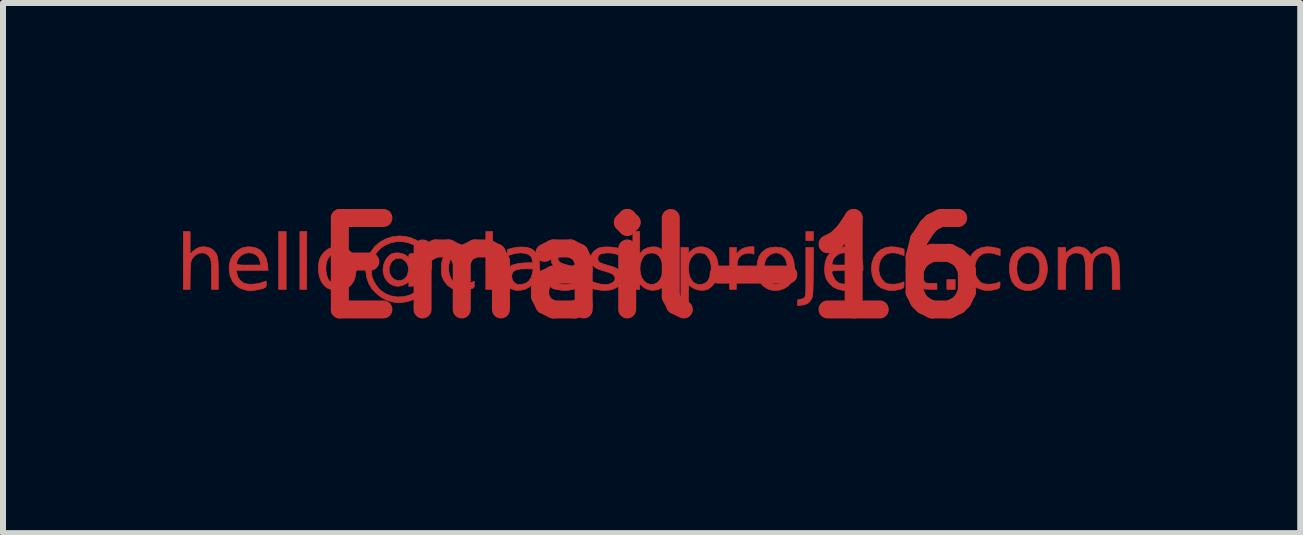
<source format=kicad_pcb>
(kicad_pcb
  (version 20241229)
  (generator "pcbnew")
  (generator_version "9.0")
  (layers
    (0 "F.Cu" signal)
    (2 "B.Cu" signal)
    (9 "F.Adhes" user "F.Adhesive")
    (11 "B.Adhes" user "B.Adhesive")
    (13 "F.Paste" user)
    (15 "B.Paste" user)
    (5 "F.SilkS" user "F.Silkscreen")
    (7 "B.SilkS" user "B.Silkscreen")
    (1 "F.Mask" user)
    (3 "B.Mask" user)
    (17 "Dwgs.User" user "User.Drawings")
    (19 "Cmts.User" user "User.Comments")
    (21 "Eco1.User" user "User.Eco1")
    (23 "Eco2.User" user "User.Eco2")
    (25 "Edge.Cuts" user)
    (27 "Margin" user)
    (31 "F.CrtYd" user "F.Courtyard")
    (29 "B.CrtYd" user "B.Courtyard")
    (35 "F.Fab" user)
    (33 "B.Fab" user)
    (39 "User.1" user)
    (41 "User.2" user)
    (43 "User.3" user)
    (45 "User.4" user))
  (footprint "Email-16"
    (layer "F.Cu")
    (at 7.803 1.418)
    (property "Reference" "Email-16" (at 0 0 0) (layer "F.Cu") (effects (font (size 1.524 1.524) (thickness 0.3))))
    (attr through_hole)
    (fp_poly (pts (xy -6.083 0.356) (xy -6.21 0.356) (xy -6.21 -0.61) (xy -6.083 -0.61) (xy -6.083 0.356)) (stroke (width 0.01) (type solid)) (fill yes) (layer "F.Cu"))
    (fp_poly (pts (xy -5.74 0.356) (xy -5.855 0.356) (xy -5.855 -0.61) (xy -5.74 -0.61) (xy -5.74 0.356)) (stroke (width 0.01) (type solid)) (fill yes) (layer "F.Cu"))
    (fp_poly (pts (xy -2.642 0.356) (xy -2.756 0.356) (xy -2.756 -0.61) (xy -2.642 -0.61) (xy -2.642 0.356)) (stroke (width 0.01) (type solid)) (fill yes) (layer "F.Cu"))
    (fp_poly (pts (xy 2.705 -0.457) (xy 2.578 -0.457) (xy 2.578 -0.61) (xy 2.705 -0.61) (xy 2.705 -0.457)) (stroke (width 0.01) (type solid)) (fill yes) (layer "F.Cu"))
    (fp_poly (pts (xy 5.067 0.356) (xy 4.928 0.356) (xy 4.928 0.191) (xy 5.067 0.191) (xy 5.067 0.356)) (stroke (width 0.01) (type solid)) (fill yes) (layer "F.Cu"))
    (fp_poly (pts (xy 1.714 -0.356) (xy 1.714 -0.229) (xy 1.68 -0.243) (xy 1.632 -0.25) (xy 1.576 -0.244) (xy 1.525 -0.226) (xy 1.506 -0.214) (xy 1.481 -0.192) (xy 1.462 -0.169) (xy 1.448 -0.14) (xy 1.438 -0.102) (xy 1.432 -0.05) (xy 1.428 0.018) (xy 1.425 0.107) (xy 1.425 0.124) (xy 1.42 0.356) (xy 1.308 0.356) (xy 1.308 -0.343) (xy 1.422 -0.343) (xy 1.422 -0.239) (xy 1.458 -0.277) (xy 1.518 -0.323) (xy 1.591 -0.349) (xy 1.653 -0.356) (xy 1.714 -0.356)) (stroke (width 0.01) (type solid)) (fill yes) (layer "F.Cu"))
    (fp_poly (pts (xy 2.703 0.06) (xy 2.702 0.173) (xy 2.7 0.263) (xy 2.699 0.334) (xy 2.697 0.389) (xy 2.694 0.429) (xy 2.69 0.459) (xy 2.686 0.481) (xy 2.68 0.499) (xy 2.673 0.514) (xy 2.639 0.565) (xy 2.594 0.598) (xy 2.533 0.615) (xy 2.511 0.618) (xy 2.438 0.626) (xy 2.438 0.573) (xy 2.44 0.54) (xy 2.447 0.525) (xy 2.468 0.521) (xy 2.482 0.521) (xy 2.53 0.51) (xy 2.552 0.493) (xy 2.559 0.484) (xy 2.565 0.474) (xy 2.57 0.458) (xy 2.573 0.435) (xy 2.575 0.401) (xy 2.577 0.355) (xy 2.578 0.292) (xy 2.578 0.21) (xy 2.578 0.107) (xy 2.578 0.061) (xy 2.578 -0.343) (xy 2.707 -0.343) (xy 2.703 0.06)) (stroke (width 0.01) (type solid)) (fill yes) (layer "F.Cu"))
    (fp_poly (pts (xy 4.534 -0.343) (xy 4.763 -0.343) (xy 4.763 -0.254) (xy 4.534 -0.254) (xy 4.534 -0.028) (xy 4.534 0.063) (xy 4.536 0.133) (xy 4.54 0.183) (xy 4.549 0.217) (xy 4.564 0.238) (xy 4.586 0.249) (xy 4.617 0.253) (xy 4.658 0.254) (xy 4.668 0.254) (xy 4.763 0.254) (xy 4.763 0.356) (xy 4.664 0.354) (xy 4.613 0.353) (xy 4.57 0.35) (xy 4.542 0.347) (xy 4.54 0.346) (xy 4.513 0.335) (xy 4.481 0.314) (xy 4.475 0.31) (xy 4.453 0.287) (xy 4.435 0.254) (xy 4.423 0.207) (xy 4.414 0.145) (xy 4.409 0.063) (xy 4.407 -0.04) (xy 4.407 -0.068) (xy 4.407 -0.254) (xy 4.369 -0.254) (xy 4.343 -0.256) (xy 4.333 -0.269) (xy 4.331 -0.298) (xy 4.333 -0.328) (xy 4.344 -0.341) (xy 4.369 -0.343) (xy 4.407 -0.343) (xy 4.407 -0.533) (xy 4.534 -0.533) (xy 4.534 -0.343)) (stroke (width 0.01) (type solid)) (fill yes) (layer "F.Cu"))
    (fp_poly (pts (xy -7.684 -0.236) (xy -7.636 -0.281) (xy -7.581 -0.324) (xy -7.528 -0.348) (xy -7.467 -0.356) (xy -7.463 -0.356) (xy -7.385 -0.347) (xy -7.322 -0.319) (xy -7.282 -0.285) (xy -7.261 -0.258) (xy -7.244 -0.23) (xy -7.231 -0.196) (xy -7.223 -0.152) (xy -7.218 -0.096) (xy -7.215 -0.023) (xy -7.214 0.071) (xy -7.214 0.106) (xy -7.214 0.356) (xy -7.328 0.356) (xy -7.328 0.12) (xy -7.329 0.025) (xy -7.331 -0.049) (xy -7.334 -0.102) (xy -7.34 -0.139) (xy -7.345 -0.157) (xy -7.378 -0.208) (xy -7.423 -0.24) (xy -7.476 -0.254) (xy -7.531 -0.248) (xy -7.585 -0.224) (xy -7.632 -0.18) (xy -7.651 -0.152) (xy -7.66 -0.134) (xy -7.667 -0.112) (xy -7.673 -0.084) (xy -7.676 -0.044) (xy -7.679 0.011) (xy -7.681 0.086) (xy -7.682 0.124) (xy -7.686 0.356) (xy -7.798 0.356) (xy -7.798 -0.61) (xy -7.684 -0.61) (xy -7.684 -0.236)) (stroke (width 0.01) (type solid)) (fill yes) (layer "F.Cu"))
    (fp_poly (pts (xy -3.083 -0.35) (xy -3.014 -0.334) (xy -2.946 -0.313) (xy -2.946 -0.205) (xy -3.016 -0.23) (xy -3.106 -0.251) (xy -3.187 -0.251) (xy -3.256 -0.229) (xy -3.311 -0.189) (xy -3.35 -0.13) (xy -3.373 -0.055) (xy -3.376 0.03) (xy -3.361 0.117) (xy -3.33 0.185) (xy -3.283 0.233) (xy -3.22 0.261) (xy -3.146 0.27) (xy -3.055 0.26) (xy -3.006 0.244) (xy -2.946 0.217) (xy -2.946 0.273) (xy -2.948 0.306) (xy -2.955 0.325) (xy -2.976 0.337) (xy -3.007 0.348) (xy -3.102 0.37) (xy -3.192 0.374) (xy -3.235 0.368) (xy -3.322 0.339) (xy -3.393 0.289) (xy -3.448 0.22) (xy -3.464 0.192) (xy -3.482 0.151) (xy -3.492 0.114) (xy -3.497 0.071) (xy -3.498 0.013) (xy -3.498 0.013) (xy -3.495 -0.07) (xy -3.482 -0.135) (xy -3.459 -0.189) (xy -3.424 -0.238) (xy -3.413 -0.249) (xy -3.347 -0.303) (xy -3.267 -0.338) (xy -3.177 -0.354) (xy -3.083 -0.35)) (stroke (width 0.01) (type solid)) (fill yes) (layer "F.Cu"))
    (fp_poly (pts (xy 5.69 -0.35) (xy 5.751 -0.336) (xy 5.817 -0.317) (xy 5.817 -0.207) (xy 5.75 -0.23) (xy 5.661 -0.251) (xy 5.581 -0.251) (xy 5.514 -0.23) (xy 5.46 -0.188) (xy 5.421 -0.128) (xy 5.399 -0.053) (xy 5.394 0.035) (xy 5.408 0.114) (xy 5.44 0.18) (xy 5.486 0.231) (xy 5.515 0.249) (xy 5.559 0.263) (xy 5.618 0.268) (xy 5.681 0.266) (xy 5.738 0.256) (xy 5.759 0.249) (xy 5.79 0.236) (xy 5.81 0.229) (xy 5.813 0.229) (xy 5.815 0.24) (xy 5.815 0.268) (xy 5.814 0.281) (xy 5.809 0.316) (xy 5.797 0.335) (xy 5.77 0.348) (xy 5.765 0.35) (xy 5.673 0.37) (xy 5.577 0.372) (xy 5.524 0.364) (xy 5.439 0.334) (xy 5.371 0.285) (xy 5.319 0.218) (xy 5.286 0.134) (xy 5.271 0.034) (xy 5.271 0.006) (xy 5.281 -0.094) (xy 5.312 -0.18) (xy 5.361 -0.251) (xy 5.425 -0.305) (xy 5.503 -0.341) (xy 5.592 -0.356) (xy 5.69 -0.35)) (stroke (width 0.01) (type solid)) (fill yes) (layer "F.Cu"))
    (fp_poly (pts (xy 4.09 -0.35) (xy 4.151 -0.336) (xy 4.216 -0.317) (xy 4.216 -0.206) (xy 4.153 -0.23) (xy 4.066 -0.252) (xy 3.988 -0.253) (xy 3.92 -0.232) (xy 3.864 -0.192) (xy 3.823 -0.133) (xy 3.799 -0.056) (xy 3.799 -0.052) (xy 3.794 0.038) (xy 3.81 0.118) (xy 3.844 0.186) (xy 3.896 0.237) (xy 3.923 0.254) (xy 3.96 0.264) (xy 4.012 0.268) (xy 4.07 0.267) (xy 4.125 0.259) (xy 4.159 0.249) (xy 4.19 0.236) (xy 4.21 0.229) (xy 4.212 0.229) (xy 4.215 0.24) (xy 4.215 0.268) (xy 4.214 0.281) (xy 4.209 0.316) (xy 4.197 0.335) (xy 4.17 0.348) (xy 4.165 0.35) (xy 4.073 0.37) (xy 3.977 0.372) (xy 3.924 0.364) (xy 3.839 0.334) (xy 3.77 0.285) (xy 3.719 0.218) (xy 3.686 0.134) (xy 3.671 0.034) (xy 3.67 0.006) (xy 3.681 -0.094) (xy 3.712 -0.18) (xy 3.761 -0.251) (xy 3.825 -0.305) (xy 3.903 -0.341) (xy 3.992 -0.356) (xy 4.09 -0.35)) (stroke (width 0.01) (type solid)) (fill yes) (layer "F.Cu"))
    (fp_poly (pts (xy 2.124 -0.348) (xy 2.191 -0.336) (xy 2.231 -0.321) (xy 2.298 -0.272) (xy 2.346 -0.205) (xy 2.376 -0.12) (xy 2.389 -0.017) (xy 2.39 0.006) (xy 2.381 0.112) (xy 2.354 0.201) (xy 2.31 0.272) (xy 2.287 0.296) (xy 2.218 0.342) (xy 2.137 0.368) (xy 2.05 0.373) (xy 2.011 0.368) (xy 1.938 0.346) (xy 1.879 0.308) (xy 1.838 0.267) (xy 1.8 0.21) (xy 1.775 0.143) (xy 1.763 0.06) (xy 1.763 0.054) (xy 1.882 0.054) (xy 1.892 0.112) (xy 1.92 0.177) (xy 1.961 0.225) (xy 2.013 0.257) (xy 2.07 0.27) (xy 2.127 0.262) (xy 2.181 0.234) (xy 2.205 0.212) (xy 2.241 0.156) (xy 2.262 0.086) (xy 2.269 0.008) (xy 2.262 -0.072) (xy 2.238 -0.145) (xy 2.233 -0.156) (xy 2.195 -0.208) (xy 2.145 -0.241) (xy 2.089 -0.254) (xy 2.032 -0.247) (xy 1.978 -0.221) (xy 1.932 -0.177) (xy 1.913 -0.146) (xy 1.893 -0.089) (xy 1.883 -0.019) (xy 1.882 0.054) (xy 1.763 0.054) (xy 1.762 -0.008) (xy 1.771 -0.109) (xy 1.797 -0.191) (xy 1.841 -0.258) (xy 1.903 -0.31) (xy 1.924 -0.322) (xy 1.98 -0.341) (xy 2.05 -0.35) (xy 2.124 -0.348)) (stroke (width 0.01) (type solid)) (fill yes) (layer "F.Cu"))
    (fp_poly (pts (xy -5.196 -0.352) (xy -5.108 -0.334) (xy -5.036 -0.296) (xy -4.98 -0.239) (xy -4.942 -0.164) (xy -4.921 -0.072) (xy -4.917 0.038) (xy -4.917 0.042) (xy -4.929 0.137) (xy -4.956 0.215) (xy -4.999 0.281) (xy -5.008 0.291) (xy -5.058 0.329) (xy -5.125 0.357) (xy -5.2 0.372) (xy -5.278 0.372) (xy -5.309 0.367) (xy -5.385 0.34) (xy -5.449 0.292) (xy -5.498 0.225) (xy -5.531 0.142) (xy -5.547 0.044) (xy -5.547 0.04) (xy -5.547 -0.026) (xy -5.421 -0.026) (xy -5.42 0.049) (xy -5.407 0.121) (xy -5.384 0.183) (xy -5.368 0.208) (xy -5.323 0.245) (xy -5.266 0.266) (xy -5.204 0.27) (xy -5.145 0.254) (xy -5.141 0.252) (xy -5.101 0.219) (xy -5.07 0.167) (xy -5.05 0.102) (xy -5.039 0.03) (xy -5.041 -0.044) (xy -5.054 -0.113) (xy -5.08 -0.172) (xy -5.122 -0.219) (xy -5.175 -0.246) (xy -5.232 -0.254) (xy -5.29 -0.241) (xy -5.343 -0.21) (xy -5.387 -0.158) (xy -5.389 -0.155) (xy -5.411 -0.097) (xy -5.421 -0.026) (xy -5.547 -0.026) (xy -5.546 -0.058) (xy -5.53 -0.139) (xy -5.498 -0.208) (xy -5.451 -0.266) (xy -5.387 -0.317) (xy -5.317 -0.346) (xy -5.235 -0.354) (xy -5.196 -0.352)) (stroke (width 0.01) (type solid)) (fill yes) (layer "F.Cu"))
    (fp_poly (pts (xy -0.191 -0.238) (xy -0.163 -0.273) (xy -0.117 -0.313) (xy -0.055 -0.341) (xy 0.014 -0.354) (xy 0.084 -0.352) (xy 0.131 -0.338) (xy 0.171 -0.313) (xy 0.214 -0.273) (xy 0.255 -0.224) (xy 0.286 -0.175) (xy 0.29 -0.167) (xy 0.302 -0.125) (xy 0.308 -0.065) (xy 0.311 0.006) (xy 0.31 0.071) (xy 0.306 0.117) (xy 0.298 0.155) (xy 0.285 0.19) (xy 0.282 0.198) (xy 0.236 0.274) (xy 0.177 0.329) (xy 0.107 0.362) (xy 0.029 0.372) (xy -0.042 0.362) (xy -0.101 0.338) (xy -0.147 0.304) (xy -0.191 0.262) (xy -0.191 0.356) (xy -0.305 0.356) (xy -0.305 0.017) (xy -0.187 0.017) (xy -0.179 0.09) (xy -0.155 0.161) (xy -0.117 0.216) (xy -0.069 0.254) (xy -0.015 0.272) (xy 0.042 0.27) (xy 0.098 0.244) (xy 0.102 0.242) (xy 0.143 0.199) (xy 0.172 0.14) (xy 0.189 0.072) (xy 0.193 -0.002) (xy 0.186 -0.074) (xy 0.166 -0.14) (xy 0.135 -0.195) (xy 0.093 -0.233) (xy 0.088 -0.235) (xy 0.031 -0.252) (xy -0.031 -0.249) (xy -0.087 -0.228) (xy -0.129 -0.189) (xy -0.161 -0.131) (xy -0.181 -0.061) (xy -0.187 0.017) (xy -0.305 0.017) (xy -0.305 -0.61) (xy -0.191 -0.61) (xy -0.191 -0.238)) (stroke (width 0.01) (type solid)) (fill yes) (layer "F.Cu"))
    (fp_poly (pts (xy 6.344 -0.351) (xy 6.423 -0.326) (xy 6.491 -0.281) (xy 6.515 -0.257) (xy 6.563 -0.185) (xy 6.593 -0.1) (xy 6.605 -0.007) (xy 6.599 0.087) (xy 6.574 0.178) (xy 6.532 0.259) (xy 6.527 0.266) (xy 6.475 0.317) (xy 6.407 0.353) (xy 6.328 0.372) (xy 6.244 0.373) (xy 6.214 0.368) (xy 6.132 0.34) (xy 6.066 0.294) (xy 6.017 0.23) (xy 5.986 0.146) (xy 5.971 0.044) (xy 5.971 0.042) (xy 5.972 0.002) (xy 6.094 0.002) (xy 6.1 0.086) (xy 6.12 0.158) (xy 6.153 0.215) (xy 6.17 0.233) (xy 6.218 0.26) (xy 6.276 0.271) (xy 6.336 0.265) (xy 6.385 0.244) (xy 6.427 0.202) (xy 6.457 0.141) (xy 6.473 0.065) (xy 6.474 0.058) (xy 6.477 -0.023) (xy 6.471 -0.084) (xy 6.455 -0.134) (xy 6.426 -0.177) (xy 6.407 -0.198) (xy 6.373 -0.229) (xy 6.347 -0.246) (xy 6.319 -0.253) (xy 6.287 -0.254) (xy 6.249 -0.252) (xy 6.221 -0.244) (xy 6.195 -0.225) (xy 6.167 -0.199) (xy 6.129 -0.155) (xy 6.108 -0.114) (xy 6.102 -0.087) (xy 6.094 0.002) (xy 5.972 0.002) (xy 5.974 -0.068) (xy 5.994 -0.161) (xy 6.032 -0.235) (xy 6.089 -0.293) (xy 6.163 -0.333) (xy 6.173 -0.337) (xy 6.259 -0.355) (xy 6.344 -0.351)) (stroke (width 0.01) (type solid)) (fill yes) (layer "F.Cu"))
    (fp_poly (pts (xy 0.927 -0.338) (xy 0.992 -0.302) (xy 1.047 -0.25) (xy 1.088 -0.18) (xy 1.089 -0.178) (xy 1.11 -0.108) (xy 1.119 -0.026) (xy 1.119 0.059) (xy 1.107 0.139) (xy 1.086 0.204) (xy 1.084 0.207) (xy 1.052 0.257) (xy 1.008 0.306) (xy 0.961 0.343) (xy 0.947 0.352) (xy 0.893 0.368) (xy 0.827 0.371) (xy 0.761 0.36) (xy 0.705 0.338) (xy 0.67 0.314) (xy 0.644 0.292) (xy 0.636 0.282) (xy 0.63 0.282) (xy 0.627 0.302) (xy 0.624 0.344) (xy 0.623 0.41) (xy 0.623 0.441) (xy 0.622 0.622) (xy 0.495 0.622) (xy 0.495 0.001) (xy 0.623 0.001) (xy 0.63 0.091) (xy 0.653 0.165) (xy 0.688 0.221) (xy 0.735 0.258) (xy 0.791 0.274) (xy 0.854 0.268) (xy 0.9 0.251) (xy 0.936 0.221) (xy 0.967 0.171) (xy 0.99 0.108) (xy 1 0.044) (xy 0.998 -0.052) (xy 0.976 -0.132) (xy 0.934 -0.198) (xy 0.907 -0.227) (xy 0.88 -0.242) (xy 0.843 -0.249) (xy 0.824 -0.251) (xy 0.781 -0.253) (xy 0.752 -0.248) (xy 0.726 -0.233) (xy 0.712 -0.221) (xy 0.663 -0.165) (xy 0.634 -0.095) (xy 0.623 -0.009) (xy 0.623 0.001) (xy 0.495 0.001) (xy 0.495 -0.343) (xy 0.622 -0.343) (xy 0.622 -0.251) (xy 0.657 -0.285) (xy 0.717 -0.329) (xy 0.786 -0.352) (xy 0.857 -0.355) (xy 0.927 -0.338)) (stroke (width 0.01) (type solid)) (fill yes) (layer "F.Cu"))
    (fp_poly (pts (xy -6.669 -0.353) (xy -6.584 -0.336) (xy -6.514 -0.298) (xy -6.458 -0.24) (xy -6.418 -0.164) (xy -6.395 -0.071) (xy -6.392 -0.048) (xy -6.384 0.038) (xy -6.919 0.038) (xy -6.909 0.079) (xy -6.885 0.153) (xy -6.85 0.205) (xy -6.802 0.242) (xy -6.775 0.255) (xy -6.723 0.266) (xy -6.656 0.269) (xy -6.584 0.263) (xy -6.515 0.249) (xy -6.496 0.243) (xy -6.457 0.229) (xy -6.428 0.219) (xy -6.417 0.216) (xy -6.415 0.227) (xy -6.414 0.255) (xy -6.413 0.267) (xy -6.416 0.301) (xy -6.428 0.32) (xy -6.455 0.335) (xy -6.457 0.335) (xy -6.486 0.345) (xy -6.531 0.355) (xy -6.582 0.366) (xy -6.631 0.374) (xy -6.67 0.379) (xy -6.689 0.38) (xy -6.706 0.377) (xy -6.74 0.37) (xy -6.772 0.363) (xy -6.858 0.333) (xy -6.928 0.283) (xy -6.982 0.215) (xy -7.018 0.132) (xy -7.034 0.037) (xy -7.031 -0.061) (xy -7.024 -0.088) (xy -6.908 -0.088) (xy -6.907 -0.07) (xy -6.892 -0.059) (xy -6.862 -0.054) (xy -6.813 -0.051) (xy -6.743 -0.051) (xy -6.707 -0.051) (xy -6.505 -0.051) (xy -6.517 -0.103) (xy -6.529 -0.143) (xy -6.543 -0.176) (xy -6.547 -0.181) (xy -6.59 -0.223) (xy -6.646 -0.248) (xy -6.707 -0.255) (xy -6.768 -0.245) (xy -6.823 -0.219) (xy -6.867 -0.177) (xy -6.884 -0.148) (xy -6.9 -0.113) (xy -6.908 -0.088) (xy -7.024 -0.088) (xy -7.01 -0.143) (xy -6.97 -0.215) (xy -6.93 -0.261) (xy -6.865 -0.313) (xy -6.798 -0.343) (xy -6.721 -0.355) (xy -6.669 -0.353)) (stroke (width 0.01) (type solid)) (fill yes) (layer "F.Cu"))
    (fp_poly (pts (xy 3.291 -0.348) (xy 3.37 -0.322) (xy 3.434 -0.275) (xy 3.484 -0.212) (xy 3.517 -0.132) (xy 3.53 -0.039) (xy 3.531 -0.023) (xy 3.531 0.038) (xy 3.27 0.038) (xy 3.18 0.038) (xy 3.113 0.039) (xy 3.065 0.041) (xy 3.034 0.045) (xy 3.017 0.053) (xy 3.011 0.065) (xy 3.014 0.082) (xy 3.021 0.105) (xy 3.025 0.116) (xy 3.058 0.184) (xy 3.104 0.233) (xy 3.136 0.251) (xy 3.199 0.266) (xy 3.276 0.269) (xy 3.361 0.258) (xy 3.447 0.236) (xy 3.483 0.222) (xy 3.497 0.22) (xy 3.503 0.231) (xy 3.505 0.262) (xy 3.505 0.27) (xy 3.505 0.327) (xy 3.432 0.347) (xy 3.355 0.364) (xy 3.279 0.373) (xy 3.214 0.374) (xy 3.194 0.372) (xy 3.106 0.351) (xy 3.033 0.314) (xy 2.981 0.269) (xy 2.938 0.215) (xy 2.91 0.16) (xy 2.895 0.097) (xy 2.89 0.018) (xy 2.89 0.006) (xy 2.897 -0.065) (xy 3.014 -0.065) (xy 3.02 -0.059) (xy 3.036 -0.055) (xy 3.065 -0.052) (xy 3.112 -0.051) (xy 3.179 -0.051) (xy 3.213 -0.051) (xy 3.418 -0.051) (xy 3.409 -0.092) (xy 3.384 -0.164) (xy 3.346 -0.216) (xy 3.292 -0.246) (xy 3.225 -0.255) (xy 3.169 -0.249) (xy 3.124 -0.231) (xy 3.08 -0.2) (xy 3.045 -0.162) (xy 3.03 -0.13) (xy 3.021 -0.096) (xy 3.015 -0.073) (xy 3.014 -0.065) (xy 2.897 -0.065) (xy 2.9 -0.096) (xy 2.93 -0.183) (xy 2.978 -0.253) (xy 3.043 -0.306) (xy 3.124 -0.34) (xy 3.202 -0.353) (xy 3.291 -0.348)) (stroke (width 0.01) (type solid)) (fill yes) (layer "F.Cu"))
    (fp_poly (pts (xy -1.34 -0.351) (xy -1.278 -0.345) (xy -1.229 -0.336) (xy -1.216 -0.332) (xy -1.193 -0.319) (xy -1.183 -0.299) (xy -1.181 -0.267) (xy -1.182 -0.235) (xy -1.189 -0.22) (xy -1.207 -0.22) (xy -1.242 -0.231) (xy -1.251 -0.235) (xy -1.298 -0.246) (xy -1.355 -0.252) (xy -1.414 -0.252) (xy -1.465 -0.247) (xy -1.498 -0.238) (xy -1.532 -0.21) (xy -1.552 -0.173) (xy -1.553 -0.138) (xy -1.538 -0.112) (xy -1.507 -0.089) (xy -1.457 -0.069) (xy -1.389 -0.049) (xy -1.3 -0.022) (xy -1.233 0.007) (xy -1.186 0.04) (xy -1.175 0.051) (xy -1.157 0.086) (xy -1.148 0.136) (xy -1.149 0.191) (xy -1.16 0.242) (xy -1.176 0.275) (xy -1.225 0.32) (xy -1.292 0.352) (xy -1.374 0.369) (xy -1.466 0.372) (xy -1.514 0.367) (xy -1.579 0.357) (xy -1.623 0.348) (xy -1.65 0.337) (xy -1.665 0.322) (xy -1.672 0.301) (xy -1.674 0.275) (xy -1.675 0.241) (xy -1.673 0.219) (xy -1.671 0.216) (xy -1.657 0.22) (xy -1.626 0.231) (xy -1.604 0.24) (xy -1.527 0.263) (xy -1.453 0.273) (xy -1.388 0.271) (xy -1.333 0.256) (xy -1.292 0.231) (xy -1.27 0.195) (xy -1.267 0.172) (xy -1.277 0.132) (xy -1.31 0.099) (xy -1.366 0.074) (xy -1.383 0.069) (xy -1.461 0.047) (xy -1.518 0.029) (xy -1.558 0.014) (xy -1.587 0.000419) (xy -1.608 -0.014) (xy -1.619 -0.025) (xy -1.655 -0.079) (xy -1.668 -0.137) (xy -1.662 -0.197) (xy -1.637 -0.252) (xy -1.595 -0.3) (xy -1.537 -0.334) (xy -1.509 -0.344) (xy -1.464 -0.351) (xy -1.405 -0.353) (xy -1.34 -0.351)) (stroke (width 0.01) (type solid)) (fill yes) (layer "F.Cu"))
    (fp_poly (pts (xy 7.647 -0.344) (xy 7.706 -0.313) (xy 7.731 -0.29) (xy 7.753 -0.263) (xy 7.771 -0.234) (xy 7.784 -0.2) (xy 7.793 -0.157) (xy 7.8 -0.101) (xy 7.804 -0.028) (xy 7.807 0.065) (xy 7.808 0.098) (xy 7.813 0.356) (xy 7.684 0.356) (xy 7.684 0.114) (xy 7.683 0.016) (xy 7.68 -0.06) (xy 7.676 -0.118) (xy 7.668 -0.16) (xy 7.657 -0.191) (xy 7.641 -0.214) (xy 7.62 -0.232) (xy 7.619 -0.233) (xy 7.571 -0.252) (xy 7.516 -0.252) (xy 7.462 -0.234) (xy 7.414 -0.2) (xy 7.39 -0.17) (xy 7.379 -0.151) (xy 7.371 -0.132) (xy 7.366 -0.109) (xy 7.362 -0.077) (xy 7.359 -0.032) (xy 7.357 0.03) (xy 7.355 0.113) (xy 7.355 0.117) (xy 7.351 0.356) (xy 7.239 0.356) (xy 7.239 0.124) (xy 7.238 0.017) (xy 7.235 -0.066) (xy 7.228 -0.13) (xy 7.216 -0.177) (xy 7.2 -0.21) (xy 7.176 -0.231) (xy 7.146 -0.244) (xy 7.106 -0.25) (xy 7.103 -0.251) (xy 7.057 -0.251) (xy 7.022 -0.241) (xy 6.999 -0.227) (xy 6.97 -0.204) (xy 6.947 -0.181) (xy 6.931 -0.152) (xy 6.92 -0.114) (xy 6.913 -0.064) (xy 6.91 0.003) (xy 6.909 0.091) (xy 6.909 0.124) (xy 6.909 0.356) (xy 6.782 0.356) (xy 6.782 -0.343) (xy 6.909 -0.343) (xy 6.909 -0.254) (xy 6.967 -0.299) (xy 7.017 -0.332) (xy 7.06 -0.35) (xy 7.108 -0.355) (xy 7.152 -0.353) (xy 7.22 -0.336) (xy 7.275 -0.299) (xy 7.309 -0.258) (xy 7.335 -0.22) (xy 7.382 -0.268) (xy 7.443 -0.317) (xy 7.511 -0.346) (xy 7.58 -0.356) (xy 7.647 -0.344)) (stroke (width 0.01) (type solid)) (fill yes) (layer "F.Cu"))
    (fp_poly (pts (xy -2.072 -0.345) (xy -2.008 -0.327) (xy -1.999 -0.323) (xy -1.946 -0.283) (xy -1.902 -0.225) (xy -1.873 -0.154) (xy -1.867 -0.128) (xy -1.863 -0.092) (xy -1.859 -0.036) (xy -1.856 0.033) (xy -1.854 0.108) (xy -1.854 0.148) (xy -1.854 0.356) (xy -1.968 0.356) (xy -1.968 0.251) (xy -1.994 0.283) (xy -2.039 0.322) (xy -2.1 0.352) (xy -2.17 0.369) (xy -2.24 0.372) (xy -2.277 0.367) (xy -2.347 0.34) (xy -2.398 0.295) (xy -2.43 0.235) (xy -2.442 0.16) (xy -2.442 0.151) (xy -2.441 0.149) (xy -2.324 0.149) (xy -2.313 0.198) (xy -2.282 0.24) (xy -2.239 0.267) (xy -2.229 0.271) (xy -2.187 0.273) (xy -2.135 0.266) (xy -2.087 0.25) (xy -2.081 0.247) (xy -2.034 0.209) (xy -1.999 0.15) (xy -1.981 0.088) (xy -1.974 0.05) (xy -1.969 0.024) (xy -1.968 0.017) (xy -1.98 0.015) (xy -2.012 0.014) (xy -2.058 0.013) (xy -2.09 0.013) (xy -2.175 0.016) (xy -2.238 0.026) (xy -2.282 0.045) (xy -2.309 0.075) (xy -2.322 0.116) (xy -2.324 0.149) (xy -2.441 0.149) (xy -2.433 0.08) (xy -2.407 0.022) (xy -2.362 -0.023) (xy -2.299 -0.056) (xy -2.214 -0.077) (xy -2.108 -0.087) (xy -2.049 -0.089) (xy -1.971 -0.089) (xy -1.981 -0.134) (xy -1.992 -0.169) (xy -2.005 -0.195) (xy -2.006 -0.196) (xy -2.046 -0.227) (xy -2.104 -0.246) (xy -2.173 -0.253) (xy -2.248 -0.247) (xy -2.321 -0.229) (xy -2.36 -0.215) (xy -2.388 -0.206) (xy -2.397 -0.203) (xy -2.399 -0.214) (xy -2.399 -0.243) (xy -2.398 -0.257) (xy -2.394 -0.311) (xy -2.311 -0.334) (xy -2.233 -0.349) (xy -2.15 -0.352) (xy -2.072 -0.345)) (stroke (width 0.01) (type solid)) (fill yes) (layer "F.Cu"))
    (fp_poly (pts (xy -0.678 -0.351) (xy -0.616 -0.345) (xy -0.567 -0.336) (xy -0.556 -0.332) (xy -0.533 -0.319) (xy -0.523 -0.299) (xy -0.521 -0.267) (xy -0.522 -0.235) (xy -0.526 -0.217) (xy -0.528 -0.216) (xy -0.543 -0.22) (xy -0.574 -0.229) (xy -0.598 -0.236) (xy -0.68 -0.252) (xy -0.748 -0.252) (xy -0.813 -0.244) (xy -0.856 -0.228) (xy -0.881 -0.201) (xy -0.889 -0.162) (xy -0.889 -0.157) (xy -0.884 -0.127) (xy -0.868 -0.104) (xy -0.837 -0.084) (xy -0.786 -0.065) (xy -0.728 -0.049) (xy -0.642 -0.024) (xy -0.579 0.002) (xy -0.534 0.032) (xy -0.506 0.068) (xy -0.49 0.113) (xy -0.485 0.15) (xy -0.484 0.197) (xy -0.491 0.23) (xy -0.507 0.261) (xy -0.51 0.266) (xy -0.558 0.315) (xy -0.625 0.349) (xy -0.706 0.369) (xy -0.8 0.372) (xy -0.853 0.367) (xy -0.918 0.357) (xy -0.962 0.348) (xy -0.99 0.337) (xy -1.004 0.322) (xy -1.011 0.301) (xy -1.014 0.275) (xy -1.015 0.241) (xy -1.013 0.219) (xy -1.011 0.216) (xy -0.996 0.22) (xy -0.966 0.231) (xy -0.943 0.24) (xy -0.841 0.268) (xy -0.745 0.273) (xy -0.703 0.267) (xy -0.65 0.246) (xy -0.616 0.216) (xy -0.601 0.18) (xy -0.607 0.142) (xy -0.633 0.109) (xy -0.678 0.084) (xy -0.717 0.071) (xy -0.769 0.054) (xy -0.824 0.038) (xy -0.825 0.038) (xy -0.891 0.015) (xy -0.938 -0.012) (xy -0.961 -0.032) (xy -0.985 -0.058) (xy -0.998 -0.082) (xy -1.003 -0.115) (xy -1.003 -0.151) (xy -1.002 -0.195) (xy -0.995 -0.225) (xy -0.979 -0.251) (xy -0.956 -0.278) (xy -0.897 -0.324) (xy -0.851 -0.343) (xy -0.805 -0.35) (xy -0.744 -0.353) (xy -0.678 -0.351)) (stroke (width 0.01) (type solid)) (fill yes) (layer "F.Cu"))
    (fp_poly (pts (xy -4.1 -0.529) (xy -4.001 -0.504) (xy -3.909 -0.463) (xy -3.827 -0.405) (xy -3.758 -0.334) (xy -3.706 -0.249) (xy -3.672 -0.152) (xy -3.662 -0.093) (xy -3.663 -0.006) (xy -3.68 0.077) (xy -3.713 0.149) (xy -3.759 0.205) (xy -3.763 0.209) (xy -3.834 0.257) (xy -3.908 0.287) (xy -3.973 0.299) (xy -4.039 0.308) (xy -4.039 0.229) (xy -4.084 0.26) (xy -4.152 0.293) (xy -4.222 0.304) (xy -4.289 0.293) (xy -4.35 0.264) (xy -4.402 0.217) (xy -4.442 0.157) (xy -4.465 0.083) (xy -4.468 0.049) (xy -4.367 0.049) (xy -4.351 0.105) (xy -4.322 0.152) (xy -4.281 0.187) (xy -4.231 0.206) (xy -4.175 0.206) (xy -4.127 0.19) (xy -4.088 0.156) (xy -4.06 0.106) (xy -4.047 0.045) (xy -4.049 -0.021) (xy -4.051 -0.033) (xy -4.073 -0.084) (xy -4.11 -0.127) (xy -4.155 -0.156) (xy -4.198 -0.165) (xy -4.261 -0.154) (xy -4.312 -0.12) (xy -4.343 -0.076) (xy -4.365 -0.013) (xy -4.367 0.049) (xy -4.468 0.049) (xy -4.47 0.025) (xy -4.461 -0.049) (xy -4.435 -0.119) (xy -4.396 -0.18) (xy -4.348 -0.225) (xy -4.319 -0.241) (xy -4.263 -0.253) (xy -4.198 -0.252) (xy -4.135 -0.237) (xy -4.085 -0.212) (xy -4.084 -0.211) (xy -4.039 -0.177) (xy -4.039 -0.209) (xy -4.036 -0.23) (xy -4.023 -0.239) (xy -3.993 -0.241) (xy -3.988 -0.241) (xy -3.937 -0.241) (xy -3.937 -0.019) (xy -3.936 0.073) (xy -3.934 0.141) (xy -3.93 0.184) (xy -3.925 0.203) (xy -3.924 0.203) (xy -3.887 0.193) (xy -3.846 0.165) (xy -3.807 0.127) (xy -3.778 0.084) (xy -3.772 0.07) (xy -3.76 0.018) (xy -3.757 -0.047) (xy -3.762 -0.114) (xy -3.774 -0.173) (xy -3.781 -0.192) (xy -3.831 -0.277) (xy -3.896 -0.343) (xy -3.973 -0.393) (xy -4.058 -0.425) (xy -4.148 -0.441) (xy -4.24 -0.44) (xy -4.331 -0.423) (xy -4.417 -0.39) (xy -4.495 -0.341) (xy -4.562 -0.276) (xy -4.615 -0.197) (xy -4.643 -0.129) (xy -4.658 -0.053) (xy -4.663 0.033) (xy -4.656 0.116) (xy -4.648 0.154) (xy -4.626 0.21) (xy -4.59 0.273) (xy -4.547 0.332) (xy -4.504 0.376) (xy -4.422 0.43) (xy -4.327 0.465) (xy -4.226 0.481) (xy -4.125 0.476) (xy -4.027 0.451) (xy -3.948 0.412) (xy -3.902 0.383) (xy -3.872 0.414) (xy -3.842 0.446) (xy -3.874 0.472) (xy -3.904 0.492) (xy -3.945 0.515) (xy -3.969 0.526) (xy -4.008 0.542) (xy -4.048 0.555) (xy -4.098 0.565) (xy -4.165 0.575) (xy -4.178 0.577) (xy -4.208 0.578) (xy -4.252 0.574) (xy -4.286 0.57) (xy -4.39 0.543) (xy -4.489 0.494) (xy -4.579 0.427) (xy -4.653 0.346) (xy -4.704 0.264) (xy -4.742 0.158) (xy -4.757 0.048) (xy -4.75 -0.063) (xy -4.722 -0.169) (xy -4.675 -0.269) (xy -4.608 -0.358) (xy -4.524 -0.431) (xy -4.514 -0.438) (xy -4.414 -0.492) (xy -4.309 -0.524) (xy -4.204 -0.536) (xy -4.1 -0.529)) (stroke (width 0.01) (type solid)) (fill yes) (layer "F.Cu")))
  (gr_rect
    (start -3 -3)
    (end 18.621 5.836)
    (stroke (width 0.1) (type default))
    (fill no)
    (layer "Edge.Cuts")))
</source>
